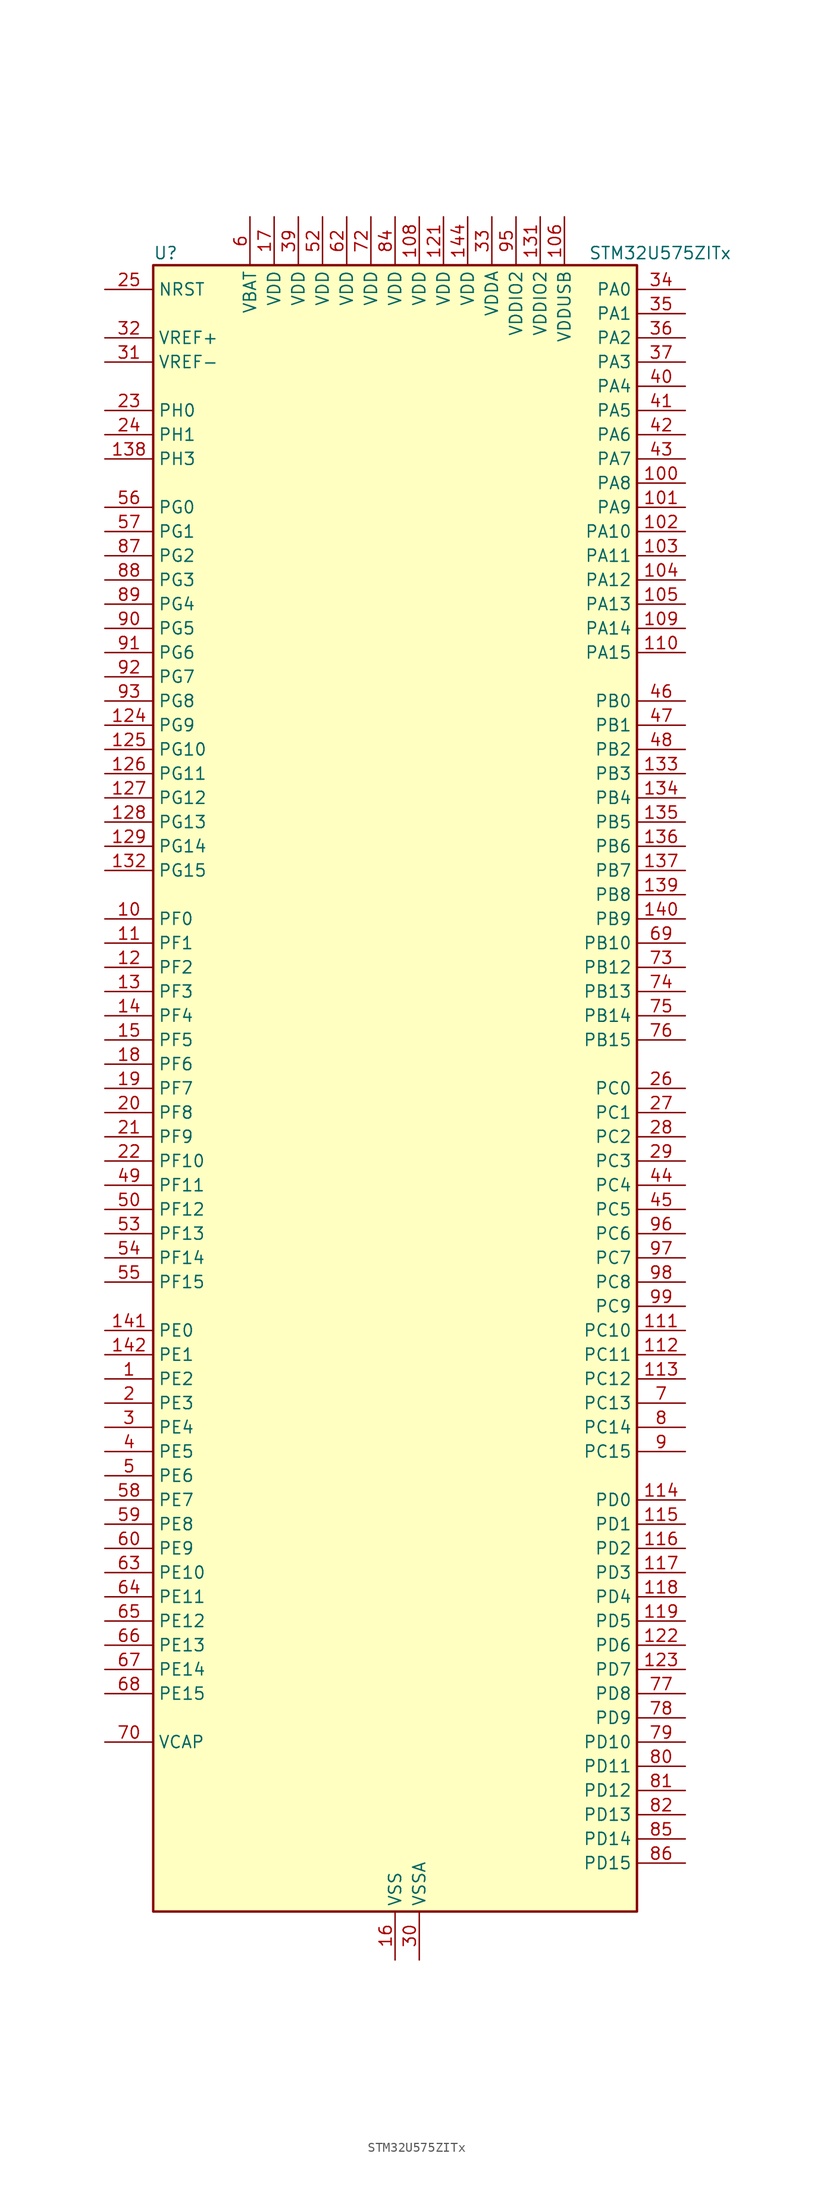
<source format=kicad_sym>
(kicad_symbol_lib
  (version 20220914)
  (generator kicad_symbol_editor)
  (symbol "STM32U575ZITx"
    (property "Reference" "U"
      (at -25.4 87.63 0)
      (effects (font (size 1.27 1.27)) (justify left)))
    (property "Value" "STM32U575ZITx"
      (at 20.32 87.63 0)
      (effects (font (size 1.27 1.27)) (justify left)))
    (property "ki_locked" ""
      (at 0 0 0)
      (effects (font (size 1.27 1.27))))
    (symbol "STM32U575ZITx_0_1"
      (rectangle (start -25.4 -86.36) (end 25.4 86.36) (stroke (width 0.254) (type default)) (fill (type background))))
    (symbol "STM32U575ZITx_1_1"
      (pin bidirectional line (at -30.48 -30.48 0) (length 5.08) (name "PE2" (effects (font (size 1.27 1.27)))) (number "1" (effects (font (size 1.27 1.27)))) (alternate "DEBUG_TRACECLK" bidirectional line) (alternate "FMC_A23" bidirectional line) (alternate "SAI1_CK1" bidirectional line) (alternate "SAI1_MCLK_A" bidirectional line) (alternate "TIM3_ETR" bidirectional line) (alternate "TSC_G7_IO1" bidirectional line))
      (pin bidirectional line (at -30.48 17.78 0) (length 5.08) (name "PF0" (effects (font (size 1.27 1.27)))) (number "10" (effects (font (size 1.27 1.27)))) (alternate "FMC_A0" bidirectional line) (alternate "I2C2_SDA" bidirectional line) (alternate "OCTOSPIM_P2_IO0" bidirectional line))
      (pin bidirectional line (at 30.48 63.5 180) (length 5.08) (name "PA8" (effects (font (size 1.27 1.27)))) (number "100" (effects (font (size 1.27 1.27)))) (alternate "DEBUG_TRACECLK" bidirectional line) (alternate "LPTIM2_CH1" bidirectional line) (alternate "RCC_MCO" bidirectional line) (alternate "SAI1_CK2" bidirectional line) (alternate "SAI1_SCK_A" bidirectional line) (alternate "SPI1_RDY" bidirectional line) (alternate "TIM1_CH1" bidirectional line) (alternate "USART1_CK" bidirectional line) (alternate "USB_OTG_FS_SOF" bidirectional line))
      (pin bidirectional line (at 30.48 60.96 180) (length 5.08) (name "PA9" (effects (font (size 1.27 1.27)))) (number "101" (effects (font (size 1.27 1.27)))) (alternate "DAC1_EXTI9" bidirectional line) (alternate "DCMI_D0" bidirectional line) (alternate "PSSI_D0" bidirectional line) (alternate "SAI1_FS_A" bidirectional line) (alternate "SPI2_SCK" bidirectional line) (alternate "TIM15_BKIN" bidirectional line) (alternate "TIM1_CH2" bidirectional line) (alternate "USART1_TX" bidirectional line) (alternate "USB_OTG_FS_VBUS" bidirectional line))
      (pin bidirectional line (at 30.48 58.42 180) (length 5.08) (name "PA10" (effects (font (size 1.27 1.27)))) (number "102" (effects (font (size 1.27 1.27)))) (alternate "CRS_SYNC" bidirectional line) (alternate "DCMI_D1" bidirectional line) (alternate "LPTIM2_IN2" bidirectional line) (alternate "PSSI_D1" bidirectional line) (alternate "SAI1_D1" bidirectional line) (alternate "SAI1_SD_A" bidirectional line) (alternate "TIM17_BKIN" bidirectional line) (alternate "TIM1_CH3" bidirectional line) (alternate "USART1_RX" bidirectional line) (alternate "USB_OTG_FS_ID" bidirectional line))
      (pin bidirectional line (at 30.48 55.88 180) (length 5.08) (name "PA11" (effects (font (size 1.27 1.27)))) (number "103" (effects (font (size 1.27 1.27)))) (alternate "ADC1_EXTI11" bidirectional line) (alternate "FDCAN1_RX" bidirectional line) (alternate "SPI1_MISO" bidirectional line) (alternate "TIM1_BKIN2" bidirectional line) (alternate "TIM1_CH4" bidirectional line) (alternate "USART1_CTS" bidirectional line) (alternate "USB_OTG_FS_DM" bidirectional line))
      (pin bidirectional line (at 30.48 53.34 180) (length 5.08) (name "PA12" (effects (font (size 1.27 1.27)))) (number "104" (effects (font (size 1.27 1.27)))) (alternate "FDCAN1_TX" bidirectional line) (alternate "OCTOSPIM_P2_NCS" bidirectional line) (alternate "SPI1_MOSI" bidirectional line) (alternate "TIM1_ETR" bidirectional line) (alternate "USART1_DE" bidirectional line) (alternate "USART1_RTS" bidirectional line) (alternate "USB_OTG_FS_DP" bidirectional line))
      (pin bidirectional line (at 30.48 50.8 180) (length 5.08) (name "PA13" (effects (font (size 1.27 1.27)))) (number "105" (effects (font (size 1.27 1.27)))) (alternate "DEBUG_JTMS-SWDIO" bidirectional line) (alternate "IR_OUT" bidirectional line) (alternate "SAI1_SD_B" bidirectional line) (alternate "USB_OTG_FS_NOE" bidirectional line))
      (pin power_in line (at 17.78 91.44 270) (length 5.08) (name "VDDUSB" (effects (font (size 1.27 1.27)))) (number "106" (effects (font (size 1.27 1.27)))))
      (pin passive line (at 0 -91.44 90) (length 5.08) hide (name "VSS" (effects (font (size 1.27 1.27)))) (number "107" (effects (font (size 1.27 1.27)))))
      (pin power_in line (at 2.54 91.44 270) (length 5.08) (name "VDD" (effects (font (size 1.27 1.27)))) (number "108" (effects (font (size 1.27 1.27)))))
      (pin bidirectional line (at 30.48 48.26 180) (length 5.08) (name "PA14" (effects (font (size 1.27 1.27)))) (number "109" (effects (font (size 1.27 1.27)))) (alternate "DEBUG_JTCK-SWCLK" bidirectional line) (alternate "I2C1_SMBA" bidirectional line) (alternate "I2C4_SMBA" bidirectional line) (alternate "LPTIM1_CH1" bidirectional line) (alternate "SAI1_FS_B" bidirectional line) (alternate "USB_OTG_FS_SOF" bidirectional line))
      (pin bidirectional line (at -30.48 15.24 0) (length 5.08) (name "PF1" (effects (font (size 1.27 1.27)))) (number "11" (effects (font (size 1.27 1.27)))) (alternate "FMC_A1" bidirectional line) (alternate "I2C2_SCL" bidirectional line) (alternate "OCTOSPIM_P2_IO1" bidirectional line))
      (pin bidirectional line (at 30.48 45.72 180) (length 5.08) (name "PA15" (effects (font (size 1.27 1.27)))) (number "110" (effects (font (size 1.27 1.27)))) (alternate "ADC1_EXTI15" bidirectional line) (alternate "ADC4_EXTI15" bidirectional line) (alternate "DEBUG_JTDI" bidirectional line) (alternate "SAI2_FS_B" bidirectional line) (alternate "SPI1_NSS" bidirectional line) (alternate "SPI3_NSS" bidirectional line) (alternate "TIM2_CH1" bidirectional line) (alternate "TIM2_ETR" bidirectional line) (alternate "UART4_DE" bidirectional line) (alternate "UART4_RTS" bidirectional line) (alternate "UCPD1_CC1" bidirectional line) (alternate "USART2_RX" bidirectional line) (alternate "USART3_DE" bidirectional line) (alternate "USART3_RTS" bidirectional line))
      (pin bidirectional line (at 30.48 -25.4 180) (length 5.08) (name "PC10" (effects (font (size 1.27 1.27)))) (number "111" (effects (font (size 1.27 1.27)))) (alternate "ADF1_CCK1" bidirectional line) (alternate "DCMI_D8" bidirectional line) (alternate "DEBUG_TRACED1" bidirectional line) (alternate "LPTIM3_ETR" bidirectional line) (alternate "PSSI_D8" bidirectional line) (alternate "SAI2_SCK_B" bidirectional line) (alternate "SDMMC1_D2" bidirectional line) (alternate "SPI3_SCK" bidirectional line) (alternate "TSC_G3_IO2" bidirectional line) (alternate "UART4_TX" bidirectional line) (alternate "USART3_TX" bidirectional line))
      (pin bidirectional line (at 30.48 -27.94 180) (length 5.08) (name "PC11" (effects (font (size 1.27 1.27)))) (number "112" (effects (font (size 1.27 1.27)))) (alternate "ADC1_EXTI11" bidirectional line) (alternate "ADF1_SDI0" bidirectional line) (alternate "DCMI_D2" bidirectional line) (alternate "DCMI_D4" bidirectional line) (alternate "LPTIM3_IN1" bidirectional line) (alternate "OCTOSPIM_P1_NCS" bidirectional line) (alternate "PSSI_D2" bidirectional line) (alternate "PSSI_D4" bidirectional line) (alternate "SAI2_MCLK_B" bidirectional line) (alternate "SDMMC1_D3" bidirectional line) (alternate "SPI3_MISO" bidirectional line) (alternate "TSC_G3_IO3" bidirectional line) (alternate "UART4_RX" bidirectional line) (alternate "UCPD1_FRSTX2" bidirectional line) (alternate "USART3_RX" bidirectional line))
      (pin bidirectional line (at 30.48 -30.48 180) (length 5.08) (name "PC12" (effects (font (size 1.27 1.27)))) (number "113" (effects (font (size 1.27 1.27)))) (alternate "DCMI_D9" bidirectional line) (alternate "DEBUG_TRACED3" bidirectional line) (alternate "PSSI_D9" bidirectional line) (alternate "SAI2_SD_B" bidirectional line) (alternate "SDMMC1_CK" bidirectional line) (alternate "SPI3_MOSI" bidirectional line) (alternate "TSC_G3_IO4" bidirectional line) (alternate "UART5_TX" bidirectional line) (alternate "USART3_CK" bidirectional line))
      (pin bidirectional line (at 30.48 -43.18 180) (length 5.08) (name "PD0" (effects (font (size 1.27 1.27)))) (number "114" (effects (font (size 1.27 1.27)))) (alternate "FDCAN1_RX" bidirectional line) (alternate "FMC_D2" bidirectional line) (alternate "FMC_DA2" bidirectional line) (alternate "SPI2_NSS" bidirectional line) (alternate "TIM8_CH4N" bidirectional line))
      (pin bidirectional line (at 30.48 -45.72 180) (length 5.08) (name "PD1" (effects (font (size 1.27 1.27)))) (number "115" (effects (font (size 1.27 1.27)))) (alternate "FDCAN1_TX" bidirectional line) (alternate "FMC_D3" bidirectional line) (alternate "FMC_DA3" bidirectional line) (alternate "SPI2_SCK" bidirectional line))
      (pin bidirectional line (at 30.48 -48.26 180) (length 5.08) (name "PD2" (effects (font (size 1.27 1.27)))) (number "116" (effects (font (size 1.27 1.27)))) (alternate "DCMI_D11" bidirectional line) (alternate "DEBUG_TRACED2" bidirectional line) (alternate "LPTIM4_ETR" bidirectional line) (alternate "PSSI_D11" bidirectional line) (alternate "SDMMC1_CMD" bidirectional line) (alternate "TIM3_ETR" bidirectional line) (alternate "TSC_SYNC" bidirectional line) (alternate "UART5_RX" bidirectional line) (alternate "USART3_DE" bidirectional line) (alternate "USART3_RTS" bidirectional line))
      (pin bidirectional line (at 30.48 -50.8 180) (length 5.08) (name "PD3" (effects (font (size 1.27 1.27)))) (number "117" (effects (font (size 1.27 1.27)))) (alternate "DCMI_D5" bidirectional line) (alternate "FMC_CLK" bidirectional line) (alternate "MDF1_SDI0" bidirectional line) (alternate "OCTOSPIM_P2_NCS" bidirectional line) (alternate "PSSI_D5" bidirectional line) (alternate "SPI2_MISO" bidirectional line) (alternate "SPI2_SCK" bidirectional line) (alternate "USART2_CTS" bidirectional line))
      (pin bidirectional line (at 30.48 -53.34 180) (length 5.08) (name "PD4" (effects (font (size 1.27 1.27)))) (number "118" (effects (font (size 1.27 1.27)))) (alternate "FMC_NOE" bidirectional line) (alternate "MDF1_CKI0" bidirectional line) (alternate "OCTOSPIM_P1_IO4" bidirectional line) (alternate "SPI2_MOSI" bidirectional line) (alternate "USART2_DE" bidirectional line) (alternate "USART2_RTS" bidirectional line))
      (pin bidirectional line (at 30.48 -55.88 180) (length 5.08) (name "PD5" (effects (font (size 1.27 1.27)))) (number "119" (effects (font (size 1.27 1.27)))) (alternate "FMC_NWE" bidirectional line) (alternate "OCTOSPIM_P1_IO5" bidirectional line) (alternate "SPI2_RDY" bidirectional line) (alternate "USART2_TX" bidirectional line))
      (pin bidirectional line (at -30.48 12.7 0) (length 5.08) (name "PF2" (effects (font (size 1.27 1.27)))) (number "12" (effects (font (size 1.27 1.27)))) (alternate "FMC_A2" bidirectional line) (alternate "I2C2_SMBA" bidirectional line) (alternate "LPTIM3_CH2" bidirectional line) (alternate "OCTOSPIM_P2_IO2" bidirectional line) (alternate "PWR_WKUP8" bidirectional line))
      (pin passive line (at 0 -91.44 90) (length 5.08) hide (name "VSS" (effects (font (size 1.27 1.27)))) (number "120" (effects (font (size 1.27 1.27)))))
      (pin power_in line (at 5.08 91.44 270) (length 5.08) (name "VDD" (effects (font (size 1.27 1.27)))) (number "121" (effects (font (size 1.27 1.27)))))
      (pin bidirectional line (at 30.48 -58.42 180) (length 5.08) (name "PD6" (effects (font (size 1.27 1.27)))) (number "122" (effects (font (size 1.27 1.27)))) (alternate "DCMI_D10" bidirectional line) (alternate "FMC_NWAIT" bidirectional line) (alternate "MDF1_SDI1" bidirectional line) (alternate "OCTOSPIM_P1_IO6" bidirectional line) (alternate "PSSI_D10" bidirectional line) (alternate "SAI1_D1" bidirectional line) (alternate "SAI1_SD_A" bidirectional line) (alternate "SDMMC2_CK" bidirectional line) (alternate "SPI3_MOSI" bidirectional line) (alternate "USART2_RX" bidirectional line))
      (pin bidirectional line (at 30.48 -60.96 180) (length 5.08) (name "PD7" (effects (font (size 1.27 1.27)))) (number "123" (effects (font (size 1.27 1.27)))) (alternate "FMC_NCE" bidirectional line) (alternate "FMC_NE1" bidirectional line) (alternate "LPTIM4_OUT" bidirectional line) (alternate "MDF1_CKI1" bidirectional line) (alternate "OCTOSPIM_P1_IO7" bidirectional line) (alternate "SDMMC2_CMD" bidirectional line) (alternate "USART2_CK" bidirectional line))
      (pin bidirectional line (at -30.48 38.1 0) (length 5.08) (name "PG9" (effects (font (size 1.27 1.27)))) (number "124" (effects (font (size 1.27 1.27)))) (alternate "DAC1_EXTI9" bidirectional line) (alternate "FMC_NCE" bidirectional line) (alternate "FMC_NE2" bidirectional line) (alternate "OCTOSPIM_P2_IO6" bidirectional line) (alternate "SAI2_SCK_A" bidirectional line) (alternate "SPI3_SCK" bidirectional line) (alternate "TIM15_CH1N" bidirectional line) (alternate "USART1_TX" bidirectional line))
      (pin bidirectional line (at -30.48 35.56 0) (length 5.08) (name "PG10" (effects (font (size 1.27 1.27)))) (number "125" (effects (font (size 1.27 1.27)))) (alternate "FMC_NE3" bidirectional line) (alternate "LPTIM1_IN1" bidirectional line) (alternate "OCTOSPIM_P2_IO7" bidirectional line) (alternate "SAI2_FS_A" bidirectional line) (alternate "SPI3_MISO" bidirectional line) (alternate "TIM15_CH1" bidirectional line) (alternate "USART1_RX" bidirectional line))
      (pin bidirectional line (at -30.48 33.02 0) (length 5.08) (name "PG11" (effects (font (size 1.27 1.27)))) (number "126" (effects (font (size 1.27 1.27)))) (alternate "ADC1_EXTI11" bidirectional line) (alternate "LPTIM1_IN2" bidirectional line) (alternate "OCTOSPIM_P1_IO5" bidirectional line) (alternate "SAI2_MCLK_A" bidirectional line) (alternate "SPI3_MOSI" bidirectional line) (alternate "TIM15_CH2" bidirectional line) (alternate "USART1_CTS" bidirectional line))
      (pin bidirectional line (at -30.48 30.48 0) (length 5.08) (name "PG12" (effects (font (size 1.27 1.27)))) (number "127" (effects (font (size 1.27 1.27)))) (alternate "FMC_NE4" bidirectional line) (alternate "LPTIM1_ETR" bidirectional line) (alternate "OCTOSPIM_P2_NCS" bidirectional line) (alternate "SAI2_SD_A" bidirectional line) (alternate "SPI3_NSS" bidirectional line) (alternate "USART1_DE" bidirectional line) (alternate "USART1_RTS" bidirectional line))
      (pin bidirectional line (at -30.48 27.94 0) (length 5.08) (name "PG13" (effects (font (size 1.27 1.27)))) (number "128" (effects (font (size 1.27 1.27)))) (alternate "FMC_A24" bidirectional line) (alternate "I2C1_SDA" bidirectional line) (alternate "SPI3_RDY" bidirectional line) (alternate "USART1_CK" bidirectional line))
      (pin bidirectional line (at -30.48 25.4 0) (length 5.08) (name "PG14" (effects (font (size 1.27 1.27)))) (number "129" (effects (font (size 1.27 1.27)))) (alternate "FMC_A25" bidirectional line) (alternate "I2C1_SCL" bidirectional line) (alternate "LPTIM1_CH2" bidirectional line))
      (pin bidirectional line (at -30.48 10.16 0) (length 5.08) (name "PF3" (effects (font (size 1.27 1.27)))) (number "13" (effects (font (size 1.27 1.27)))) (alternate "FMC_A3" bidirectional line) (alternate "LPTIM3_IN1" bidirectional line) (alternate "OCTOSPIM_P2_IO3" bidirectional line))
      (pin passive line (at 0 -91.44 90) (length 5.08) hide (name "VSS" (effects (font (size 1.27 1.27)))) (number "130" (effects (font (size 1.27 1.27)))))
      (pin power_in line (at 15.24 91.44 270) (length 5.08) (name "VDDIO2" (effects (font (size 1.27 1.27)))) (number "131" (effects (font (size 1.27 1.27)))))
      (pin bidirectional line (at -30.48 22.86 0) (length 5.08) (name "PG15" (effects (font (size 1.27 1.27)))) (number "132" (effects (font (size 1.27 1.27)))) (alternate "ADC1_EXTI15" bidirectional line) (alternate "ADC4_EXTI15" bidirectional line) (alternate "DCMI_D13" bidirectional line) (alternate "I2C1_SMBA" bidirectional line) (alternate "LPTIM1_CH1" bidirectional line) (alternate "OCTOSPIM_P2_DQS" bidirectional line) (alternate "PSSI_D13" bidirectional line))
      (pin bidirectional line (at 30.48 33.02 180) (length 5.08) (name "PB3" (effects (font (size 1.27 1.27)))) (number "133" (effects (font (size 1.27 1.27)))) (alternate "ADF1_CCK0" bidirectional line) (alternate "COMP2_INM" bidirectional line) (alternate "CRS_SYNC" bidirectional line) (alternate "DEBUG_JTDO-SWO" bidirectional line) (alternate "I2C1_SDA" bidirectional line) (alternate "LPTIM1_CH1" bidirectional line) (alternate "SAI1_SCK_B" bidirectional line) (alternate "SDMMC2_D2" bidirectional line) (alternate "SPI1_SCK" bidirectional line) (alternate "SPI3_SCK" bidirectional line) (alternate "TIM2_CH2" bidirectional line) (alternate "USART1_DE" bidirectional line) (alternate "USART1_RTS" bidirectional line))
      (pin bidirectional line (at 30.48 30.48 180) (length 5.08) (name "PB4" (effects (font (size 1.27 1.27)))) (number "134" (effects (font (size 1.27 1.27)))) (alternate "ADF1_SDI0" bidirectional line) (alternate "COMP2_INP" bidirectional line) (alternate "DCMI_D12" bidirectional line) (alternate "DEBUG_JTRST" bidirectional line) (alternate "I2C3_SDA" bidirectional line) (alternate "LPTIM1_CH2" bidirectional line) (alternate "PSSI_D12" bidirectional line) (alternate "SAI1_MCLK_B" bidirectional line) (alternate "SDMMC2_D3" bidirectional line) (alternate "SPI1_MISO" bidirectional line) (alternate "SPI3_MISO" bidirectional line) (alternate "TIM17_BKIN" bidirectional line) (alternate "TIM3_CH1" bidirectional line) (alternate "TSC_G2_IO1" bidirectional line) (alternate "UART5_DE" bidirectional line) (alternate "UART5_RTS" bidirectional line) (alternate "USART1_CTS" bidirectional line))
      (pin bidirectional line (at 30.48 27.94 180) (length 5.08) (name "PB5" (effects (font (size 1.27 1.27)))) (number "135" (effects (font (size 1.27 1.27)))) (alternate "COMP2_OUT" bidirectional line) (alternate "DCMI_D10" bidirectional line) (alternate "I2C1_SMBA" bidirectional line) (alternate "LPTIM1_IN1" bidirectional line) (alternate "OCTOSPIM_P1_NCLK" bidirectional line) (alternate "PSSI_D10" bidirectional line) (alternate "PWR_WKUP6" bidirectional line) (alternate "SAI1_SD_B" bidirectional line) (alternate "SPI1_MOSI" bidirectional line) (alternate "SPI3_MOSI" bidirectional line) (alternate "TIM16_BKIN" bidirectional line) (alternate "TIM3_CH2" bidirectional line) (alternate "TSC_G2_IO2" bidirectional line) (alternate "UART5_CTS" bidirectional line) (alternate "UCPD1_DBCC1" bidirectional line) (alternate "USART1_CK" bidirectional line))
      (pin bidirectional line (at 30.48 25.4 180) (length 5.08) (name "PB6" (effects (font (size 1.27 1.27)))) (number "136" (effects (font (size 1.27 1.27)))) (alternate "COMP2_INP" bidirectional line) (alternate "DCMI_D5" bidirectional line) (alternate "I2C1_SCL" bidirectional line) (alternate "I2C4_SCL" bidirectional line) (alternate "LPTIM1_ETR" bidirectional line) (alternate "MDF1_SDI5" bidirectional line) (alternate "PSSI_D5" bidirectional line) (alternate "PWR_WKUP3" bidirectional line) (alternate "SAI1_FS_B" bidirectional line) (alternate "TIM16_CH1N" bidirectional line) (alternate "TIM4_CH1" bidirectional line) (alternate "TIM8_BKIN2" bidirectional line) (alternate "TSC_G2_IO3" bidirectional line) (alternate "USART1_TX" bidirectional line))
      (pin bidirectional line (at 30.48 22.86 180) (length 5.08) (name "PB7" (effects (font (size 1.27 1.27)))) (number "137" (effects (font (size 1.27 1.27)))) (alternate "COMP2_INM" bidirectional line) (alternate "DCMI_VSYNC" bidirectional line) (alternate "FMC_NL" bidirectional line) (alternate "I2C1_SDA" bidirectional line) (alternate "I2C4_SDA" bidirectional line) (alternate "LPTIM1_IN2" bidirectional line) (alternate "MDF1_CKI5" bidirectional line) (alternate "PSSI_RDY" bidirectional line) (alternate "PWR_PVD_IN" bidirectional line) (alternate "PWR_WKUP4" bidirectional line) (alternate "TIM17_CH1N" bidirectional line) (alternate "TIM4_CH2" bidirectional line) (alternate "TIM8_BKIN" bidirectional line) (alternate "TSC_G2_IO4" bidirectional line) (alternate "UART4_CTS" bidirectional line) (alternate "USART1_RX" bidirectional line))
      (pin bidirectional line (at -30.48 66.04 0) (length 5.08) (name "PH3" (effects (font (size 1.27 1.27)))) (number "138" (effects (font (size 1.27 1.27)))))
      (pin bidirectional line (at 30.48 20.32 180) (length 5.08) (name "PB8" (effects (font (size 1.27 1.27)))) (number "139" (effects (font (size 1.27 1.27)))) (alternate "DCMI_D6" bidirectional line) (alternate "FDCAN1_RX" bidirectional line) (alternate "I2C1_SCL" bidirectional line) (alternate "MDF1_CCK0" bidirectional line) (alternate "PSSI_D6" bidirectional line) (alternate "PWR_WKUP5" bidirectional line) (alternate "SAI1_CK1" bidirectional line) (alternate "SAI1_MCLK_A" bidirectional line) (alternate "SDMMC1_CKIN" bidirectional line) (alternate "SDMMC1_D4" bidirectional line) (alternate "SDMMC2_D4" bidirectional line) (alternate "SPI3_RDY" bidirectional line) (alternate "TIM16_CH1" bidirectional line) (alternate "TIM4_CH3" bidirectional line))
      (pin bidirectional line (at -30.48 7.62 0) (length 5.08) (name "PF4" (effects (font (size 1.27 1.27)))) (number "14" (effects (font (size 1.27 1.27)))) (alternate "FMC_A4" bidirectional line) (alternate "LPTIM3_ETR" bidirectional line) (alternate "OCTOSPIM_P2_CLK" bidirectional line))
      (pin bidirectional line (at 30.48 17.78 180) (length 5.08) (name "PB9" (effects (font (size 1.27 1.27)))) (number "140" (effects (font (size 1.27 1.27)))) (alternate "DAC1_EXTI9" bidirectional line) (alternate "DCMI_D7" bidirectional line) (alternate "FDCAN1_TX" bidirectional line) (alternate "I2C1_SDA" bidirectional line) (alternate "IR_OUT" bidirectional line) (alternate "PSSI_D7" bidirectional line) (alternate "SAI1_D2" bidirectional line) (alternate "SAI1_FS_A" bidirectional line) (alternate "SDMMC1_CDIR" bidirectional line) (alternate "SDMMC1_D5" bidirectional line) (alternate "SDMMC2_D5" bidirectional line) (alternate "SPI2_NSS" bidirectional line) (alternate "TIM17_CH1" bidirectional line) (alternate "TIM4_CH4" bidirectional line))
      (pin bidirectional line (at -30.48 -25.4 0) (length 5.08) (name "PE0" (effects (font (size 1.27 1.27)))) (number "141" (effects (font (size 1.27 1.27)))) (alternate "DCMI_D2" bidirectional line) (alternate "FMC_NBL0" bidirectional line) (alternate "PSSI_D2" bidirectional line) (alternate "TIM16_CH1" bidirectional line) (alternate "TIM4_ETR" bidirectional line))
      (pin bidirectional line (at -30.48 -27.94 0) (length 5.08) (name "PE1" (effects (font (size 1.27 1.27)))) (number "142" (effects (font (size 1.27 1.27)))) (alternate "DCMI_D3" bidirectional line) (alternate "FMC_NBL1" bidirectional line) (alternate "PSSI_D3" bidirectional line) (alternate "TIM17_CH1" bidirectional line))
      (pin passive line (at 0 -91.44 90) (length 5.08) hide (name "VSS" (effects (font (size 1.27 1.27)))) (number "143" (effects (font (size 1.27 1.27)))))
      (pin power_in line (at 7.62 91.44 270) (length 5.08) (name "VDD" (effects (font (size 1.27 1.27)))) (number "144" (effects (font (size 1.27 1.27)))))
      (pin bidirectional line (at -30.48 5.08 0) (length 5.08) (name "PF5" (effects (font (size 1.27 1.27)))) (number "15" (effects (font (size 1.27 1.27)))) (alternate "FMC_A5" bidirectional line) (alternate "LPTIM3_CH1" bidirectional line) (alternate "OCTOSPIM_P2_NCLK" bidirectional line))
      (pin power_in line (at 0 -91.44 90) (length 5.08) (name "VSS" (effects (font (size 1.27 1.27)))) (number "16" (effects (font (size 1.27 1.27)))))
      (pin power_in line (at -12.7 91.44 270) (length 5.08) (name "VDD" (effects (font (size 1.27 1.27)))) (number "17" (effects (font (size 1.27 1.27)))))
      (pin bidirectional line (at -30.48 2.54 0) (length 5.08) (name "PF6" (effects (font (size 1.27 1.27)))) (number "18" (effects (font (size 1.27 1.27)))) (alternate "DCMI_D12" bidirectional line) (alternate "OCTOSPIM_P1_IO3" bidirectional line) (alternate "OCTOSPIM_P2_NCS" bidirectional line) (alternate "PSSI_D12" bidirectional line) (alternate "SAI1_SD_B" bidirectional line) (alternate "TIM5_CH1" bidirectional line) (alternate "TIM5_ETR" bidirectional line))
      (pin bidirectional line (at -30.48 0 0) (length 5.08) (name "PF7" (effects (font (size 1.27 1.27)))) (number "19" (effects (font (size 1.27 1.27)))) (alternate "FDCAN1_RX" bidirectional line) (alternate "OCTOSPIM_P1_IO2" bidirectional line) (alternate "SAI1_MCLK_B" bidirectional line) (alternate "TIM5_CH2" bidirectional line))
      (pin bidirectional line (at -30.48 -33.02 0) (length 5.08) (name "PE3" (effects (font (size 1.27 1.27)))) (number "2" (effects (font (size 1.27 1.27)))) (alternate "DEBUG_TRACED0" bidirectional line) (alternate "FMC_A19" bidirectional line) (alternate "OCTOSPIM_P1_DQS" bidirectional line) (alternate "SAI1_SD_B" bidirectional line) (alternate "TAMP_IN6" bidirectional line) (alternate "TAMP_OUT3" bidirectional line) (alternate "TIM3_CH1" bidirectional line) (alternate "TSC_G7_IO2" bidirectional line))
      (pin bidirectional line (at -30.48 -2.54 0) (length 5.08) (name "PF8" (effects (font (size 1.27 1.27)))) (number "20" (effects (font (size 1.27 1.27)))) (alternate "FDCAN1_TX" bidirectional line) (alternate "OCTOSPIM_P1_IO0" bidirectional line) (alternate "PSSI_D14" bidirectional line) (alternate "SAI1_SCK_B" bidirectional line) (alternate "TIM5_CH3" bidirectional line))
      (pin bidirectional line (at -30.48 -5.08 0) (length 5.08) (name "PF9" (effects (font (size 1.27 1.27)))) (number "21" (effects (font (size 1.27 1.27)))) (alternate "DAC1_EXTI9" bidirectional line) (alternate "OCTOSPIM_P1_IO1" bidirectional line) (alternate "PSSI_D15" bidirectional line) (alternate "SAI1_FS_B" bidirectional line) (alternate "TIM15_CH1" bidirectional line) (alternate "TIM5_CH4" bidirectional line))
      (pin bidirectional line (at -30.48 -7.62 0) (length 5.08) (name "PF10" (effects (font (size 1.27 1.27)))) (number "22" (effects (font (size 1.27 1.27)))) (alternate "DCMI_D11" bidirectional line) (alternate "MDF1_CCK1" bidirectional line) (alternate "OCTOSPIM_P1_CLK" bidirectional line) (alternate "PSSI_D11" bidirectional line) (alternate "PSSI_D15" bidirectional line) (alternate "SAI1_D3" bidirectional line) (alternate "TIM15_CH2" bidirectional line))
      (pin bidirectional line (at -30.48 71.12 0) (length 5.08) (name "PH0" (effects (font (size 1.27 1.27)))) (number "23" (effects (font (size 1.27 1.27)))) (alternate "RCC_OSC_IN" bidirectional line))
      (pin bidirectional line (at -30.48 68.58 0) (length 5.08) (name "PH1" (effects (font (size 1.27 1.27)))) (number "24" (effects (font (size 1.27 1.27)))) (alternate "RCC_OSC_OUT" bidirectional line))
      (pin input line (at -30.48 83.82 0) (length 5.08) (name "NRST" (effects (font (size 1.27 1.27)))) (number "25" (effects (font (size 1.27 1.27)))))
      (pin bidirectional line (at 30.48 0 180) (length 5.08) (name "PC0" (effects (font (size 1.27 1.27)))) (number "26" (effects (font (size 1.27 1.27)))) (alternate "ADC1_IN1" bidirectional line) (alternate "ADC4_IN1" bidirectional line) (alternate "I2C3_SCL" bidirectional line) (alternate "LPTIM1_IN1" bidirectional line) (alternate "LPTIM2_IN1" bidirectional line) (alternate "LPUART1_RX" bidirectional line) (alternate "MDF1_SDI4" bidirectional line) (alternate "OCTOSPIM_P1_IO7" bidirectional line) (alternate "SAI2_FS_A" bidirectional line) (alternate "SDMMC1_D5" bidirectional line) (alternate "SPI2_RDY" bidirectional line))
      (pin bidirectional line (at 30.48 -2.54 180) (length 5.08) (name "PC1" (effects (font (size 1.27 1.27)))) (number "27" (effects (font (size 1.27 1.27)))) (alternate "ADC1_IN2" bidirectional line) (alternate "ADC4_IN2" bidirectional line) (alternate "DEBUG_TRACED0" bidirectional line) (alternate "I2C3_SDA" bidirectional line) (alternate "LPTIM1_CH1" bidirectional line) (alternate "LPUART1_TX" bidirectional line) (alternate "MDF1_CKI4" bidirectional line) (alternate "OCTOSPIM_P1_IO4" bidirectional line) (alternate "SAI1_SD_A" bidirectional line) (alternate "SDMMC2_CK" bidirectional line) (alternate "SPI2_MOSI" bidirectional line))
      (pin bidirectional line (at 30.48 -5.08 180) (length 5.08) (name "PC2" (effects (font (size 1.27 1.27)))) (number "28" (effects (font (size 1.27 1.27)))) (alternate "ADC1_IN3" bidirectional line) (alternate "ADC4_IN3" bidirectional line) (alternate "LPTIM1_IN2" bidirectional line) (alternate "MDF1_CCK1" bidirectional line) (alternate "OCTOSPIM_P1_IO5" bidirectional line) (alternate "SPI2_MISO" bidirectional line))
      (pin bidirectional line (at 30.48 -7.62 180) (length 5.08) (name "PC3" (effects (font (size 1.27 1.27)))) (number "29" (effects (font (size 1.27 1.27)))) (alternate "ADC1_IN4" bidirectional line) (alternate "ADC4_IN4" bidirectional line) (alternate "LPTIM1_ETR" bidirectional line) (alternate "LPTIM2_ETR" bidirectional line) (alternate "LPTIM3_CH1" bidirectional line) (alternate "OCTOSPIM_P1_IO6" bidirectional line) (alternate "SAI1_D1" bidirectional line) (alternate "SAI1_SD_A" bidirectional line) (alternate "SPI2_MOSI" bidirectional line))
      (pin bidirectional line (at -30.48 -35.56 0) (length 5.08) (name "PE4" (effects (font (size 1.27 1.27)))) (number "3" (effects (font (size 1.27 1.27)))) (alternate "DCMI_D4" bidirectional line) (alternate "DEBUG_TRACED1" bidirectional line) (alternate "FMC_A20" bidirectional line) (alternate "MDF1_SDI3" bidirectional line) (alternate "PSSI_D4" bidirectional line) (alternate "PWR_WKUP1" bidirectional line) (alternate "SAI1_D2" bidirectional line) (alternate "SAI1_FS_A" bidirectional line) (alternate "TAMP_IN7" bidirectional line) (alternate "TAMP_OUT8" bidirectional line) (alternate "TIM3_CH2" bidirectional line) (alternate "TSC_G7_IO3" bidirectional line))
      (pin power_in line (at 2.54 -91.44 90) (length 5.08) (name "VSSA" (effects (font (size 1.27 1.27)))) (number "30" (effects (font (size 1.27 1.27)))))
      (pin input line (at -30.48 76.2 0) (length 5.08) (name "VREF-" (effects (font (size 1.27 1.27)))) (number "31" (effects (font (size 1.27 1.27)))))
      (pin input line (at -30.48 78.74 0) (length 5.08) (name "VREF+" (effects (font (size 1.27 1.27)))) (number "32" (effects (font (size 1.27 1.27)))) (alternate "VREFBUF_OUT" bidirectional line))
      (pin power_in line (at 10.16 91.44 270) (length 5.08) (name "VDDA" (effects (font (size 1.27 1.27)))) (number "33" (effects (font (size 1.27 1.27)))))
      (pin bidirectional line (at 30.48 83.82 180) (length 5.08) (name "PA0" (effects (font (size 1.27 1.27)))) (number "34" (effects (font (size 1.27 1.27)))) (alternate "ADC1_IN5" bidirectional line) (alternate "AUDIOCLK" bidirectional line) (alternate "OCTOSPIM_P2_NCS" bidirectional line) (alternate "OPAMP1_VINP" bidirectional line) (alternate "PWR_WKUP1" bidirectional line) (alternate "SDMMC2_CMD" bidirectional line) (alternate "SPI3_RDY" bidirectional line) (alternate "TAMP_IN2" bidirectional line) (alternate "TAMP_OUT1" bidirectional line) (alternate "TIM2_CH1" bidirectional line) (alternate "TIM2_ETR" bidirectional line) (alternate "TIM5_CH1" bidirectional line) (alternate "TIM8_ETR" bidirectional line) (alternate "UART4_TX" bidirectional line) (alternate "USART2_CTS" bidirectional line))
      (pin bidirectional line (at 30.48 81.28 180) (length 5.08) (name "PA1" (effects (font (size 1.27 1.27)))) (number "35" (effects (font (size 1.27 1.27)))) (alternate "ADC1_IN6" bidirectional line) (alternate "I2C1_SMBA" bidirectional line) (alternate "LPTIM1_CH2" bidirectional line) (alternate "OCTOSPIM_P1_DQS" bidirectional line) (alternate "OPAMP1_VINM" bidirectional line) (alternate "PWR_WKUP3" bidirectional line) (alternate "SPI1_SCK" bidirectional line) (alternate "TAMP_IN5" bidirectional line) (alternate "TAMP_OUT4" bidirectional line) (alternate "TIM15_CH1N" bidirectional line) (alternate "TIM2_CH2" bidirectional line) (alternate "TIM5_CH2" bidirectional line) (alternate "UART4_RX" bidirectional line) (alternate "USART2_DE" bidirectional line) (alternate "USART2_RTS" bidirectional line))
      (pin bidirectional line (at 30.48 78.74 180) (length 5.08) (name "PA2" (effects (font (size 1.27 1.27)))) (number "36" (effects (font (size 1.27 1.27)))) (alternate "ADC1_IN7" bidirectional line) (alternate "COMP1_INP" bidirectional line) (alternate "LPUART1_TX" bidirectional line) (alternate "OCTOSPIM_P1_NCS" bidirectional line) (alternate "PWR_WKUP4" bidirectional line) (alternate "RCC_LSCO" bidirectional line) (alternate "SPI1_RDY" bidirectional line) (alternate "TIM15_CH1" bidirectional line) (alternate "TIM2_CH3" bidirectional line) (alternate "TIM5_CH3" bidirectional line) (alternate "UCPD1_FRSTX1" bidirectional line) (alternate "USART2_TX" bidirectional line))
      (pin bidirectional line (at 30.48 76.2 180) (length 5.08) (name "PA3" (effects (font (size 1.27 1.27)))) (number "37" (effects (font (size 1.27 1.27)))) (alternate "ADC1_IN8" bidirectional line) (alternate "LPUART1_RX" bidirectional line) (alternate "OCTOSPIM_P1_CLK" bidirectional line) (alternate "OPAMP1_VOUT" bidirectional line) (alternate "PWR_WKUP5" bidirectional line) (alternate "SAI1_CK1" bidirectional line) (alternate "SAI1_MCLK_A" bidirectional line) (alternate "TIM15_CH2" bidirectional line) (alternate "TIM2_CH4" bidirectional line) (alternate "TIM5_CH4" bidirectional line) (alternate "USART2_RX" bidirectional line))
      (pin passive line (at 0 -91.44 90) (length 5.08) hide (name "VSS" (effects (font (size 1.27 1.27)))) (number "38" (effects (font (size 1.27 1.27)))))
      (pin power_in line (at -10.16 91.44 270) (length 5.08) (name "VDD" (effects (font (size 1.27 1.27)))) (number "39" (effects (font (size 1.27 1.27)))))
      (pin bidirectional line (at -30.48 -38.1 0) (length 5.08) (name "PE5" (effects (font (size 1.27 1.27)))) (number "4" (effects (font (size 1.27 1.27)))) (alternate "DCMI_D6" bidirectional line) (alternate "DEBUG_TRACED2" bidirectional line) (alternate "FMC_A21" bidirectional line) (alternate "MDF1_CKI3" bidirectional line) (alternate "PSSI_D6" bidirectional line) (alternate "PWR_WKUP2" bidirectional line) (alternate "SAI1_CK2" bidirectional line) (alternate "SAI1_SCK_A" bidirectional line) (alternate "TAMP_IN8" bidirectional line) (alternate "TAMP_OUT7" bidirectional line) (alternate "TIM3_CH3" bidirectional line) (alternate "TSC_G7_IO4" bidirectional line))
      (pin bidirectional line (at 30.48 73.66 180) (length 5.08) (name "PA4" (effects (font (size 1.27 1.27)))) (number "40" (effects (font (size 1.27 1.27)))) (alternate "ADC1_IN9" bidirectional line) (alternate "ADC4_IN9" bidirectional line) (alternate "DAC1_OUT1" bidirectional line) (alternate "DCMI_HSYNC" bidirectional line) (alternate "LPTIM2_CH1" bidirectional line) (alternate "OCTOSPIM_P1_NCS" bidirectional line) (alternate "PSSI_DE" bidirectional line) (alternate "PWR_WKUP2" bidirectional line) (alternate "SAI1_FS_B" bidirectional line) (alternate "SPI1_NSS" bidirectional line) (alternate "SPI3_NSS" bidirectional line) (alternate "USART2_CK" bidirectional line))
      (pin bidirectional line (at 30.48 71.12 180) (length 5.08) (name "PA5" (effects (font (size 1.27 1.27)))) (number "41" (effects (font (size 1.27 1.27)))) (alternate "ADC1_IN10" bidirectional line) (alternate "ADC4_IN10" bidirectional line) (alternate "DAC1_OUT2" bidirectional line) (alternate "LPTIM2_ETR" bidirectional line) (alternate "PSSI_D14" bidirectional line) (alternate "PWR_CSLEEP" bidirectional line) (alternate "PWR_WKUP6" bidirectional line) (alternate "SPI1_SCK" bidirectional line) (alternate "TIM2_CH1" bidirectional line) (alternate "TIM2_ETR" bidirectional line) (alternate "TIM8_CH1N" bidirectional line) (alternate "USART3_RX" bidirectional line))
      (pin bidirectional line (at 30.48 68.58 180) (length 5.08) (name "PA6" (effects (font (size 1.27 1.27)))) (number "42" (effects (font (size 1.27 1.27)))) (alternate "ADC1_IN11" bidirectional line) (alternate "ADC4_IN11" bidirectional line) (alternate "DCMI_PIXCLK" bidirectional line) (alternate "LPUART1_CTS" bidirectional line) (alternate "OCTOSPIM_P1_IO3" bidirectional line) (alternate "OPAMP2_VINP" bidirectional line) (alternate "PSSI_PDCK" bidirectional line) (alternate "PWR_CDSTOP" bidirectional line) (alternate "PWR_WKUP7" bidirectional line) (alternate "SPI1_MISO" bidirectional line) (alternate "TIM16_CH1" bidirectional line) (alternate "TIM1_BKIN" bidirectional line) (alternate "TIM3_CH1" bidirectional line) (alternate "TIM8_BKIN" bidirectional line) (alternate "USART3_CTS" bidirectional line))
      (pin bidirectional line (at 30.48 66.04 180) (length 5.08) (name "PA7" (effects (font (size 1.27 1.27)))) (number "43" (effects (font (size 1.27 1.27)))) (alternate "ADC1_IN12" bidirectional line) (alternate "ADC4_IN20" bidirectional line) (alternate "I2C3_SCL" bidirectional line) (alternate "LPTIM2_CH2" bidirectional line) (alternate "OCTOSPIM_P1_IO2" bidirectional line) (alternate "OPAMP2_VINM" bidirectional line) (alternate "PWR_SRDSTOP" bidirectional line) (alternate "PWR_WKUP8" bidirectional line) (alternate "SPI1_MOSI" bidirectional line) (alternate "TIM17_CH1" bidirectional line) (alternate "TIM1_CH1N" bidirectional line) (alternate "TIM3_CH2" bidirectional line) (alternate "TIM8_CH1N" bidirectional line) (alternate "USART3_TX" bidirectional line))
      (pin bidirectional line (at 30.48 -10.16 180) (length 5.08) (name "PC4" (effects (font (size 1.27 1.27)))) (number "44" (effects (font (size 1.27 1.27)))) (alternate "ADC1_IN13" bidirectional line) (alternate "ADC4_IN22" bidirectional line) (alternate "COMP1_INM" bidirectional line) (alternate "OCTOSPIM_P1_IO7" bidirectional line) (alternate "USART3_TX" bidirectional line))
      (pin bidirectional line (at 30.48 -12.7 180) (length 5.08) (name "PC5" (effects (font (size 1.27 1.27)))) (number "45" (effects (font (size 1.27 1.27)))) (alternate "ADC1_IN14" bidirectional line) (alternate "ADC4_IN23" bidirectional line) (alternate "COMP1_INP" bidirectional line) (alternate "PSSI_D15" bidirectional line) (alternate "PWR_WKUP5" bidirectional line) (alternate "SAI1_D3" bidirectional line) (alternate "TAMP_IN4" bidirectional line) (alternate "TAMP_OUT5" bidirectional line) (alternate "TIM1_CH4N" bidirectional line) (alternate "USART3_RX" bidirectional line))
      (pin bidirectional line (at 30.48 40.64 180) (length 5.08) (name "PB0" (effects (font (size 1.27 1.27)))) (number "46" (effects (font (size 1.27 1.27)))) (alternate "ADC1_IN15" bidirectional line) (alternate "ADC4_IN18" bidirectional line) (alternate "AUDIOCLK" bidirectional line) (alternate "COMP1_OUT" bidirectional line) (alternate "LPTIM3_CH1" bidirectional line) (alternate "OCTOSPIM_P1_IO1" bidirectional line) (alternate "OPAMP2_VOUT" bidirectional line) (alternate "SPI1_NSS" bidirectional line) (alternate "TIM1_CH2N" bidirectional line) (alternate "TIM3_CH3" bidirectional line) (alternate "TIM8_CH2N" bidirectional line) (alternate "USART3_CK" bidirectional line))
      (pin bidirectional line (at 30.48 38.1 180) (length 5.08) (name "PB1" (effects (font (size 1.27 1.27)))) (number "47" (effects (font (size 1.27 1.27)))) (alternate "ADC1_IN16" bidirectional line) (alternate "ADC4_IN19" bidirectional line) (alternate "COMP1_INM" bidirectional line) (alternate "LPTIM2_IN1" bidirectional line) (alternate "LPTIM3_CH2" bidirectional line) (alternate "LPUART1_DE" bidirectional line) (alternate "LPUART1_RTS" bidirectional line) (alternate "MDF1_SDI0" bidirectional line) (alternate "OCTOSPIM_P1_IO0" bidirectional line) (alternate "PWR_WKUP4" bidirectional line) (alternate "TIM1_CH3N" bidirectional line) (alternate "TIM3_CH4" bidirectional line) (alternate "TIM8_CH3N" bidirectional line) (alternate "USART3_DE" bidirectional line) (alternate "USART3_RTS" bidirectional line))
      (pin bidirectional line (at 30.48 35.56 180) (length 5.08) (name "PB2" (effects (font (size 1.27 1.27)))) (number "48" (effects (font (size 1.27 1.27)))) (alternate "ADC1_IN17" bidirectional line) (alternate "COMP1_INP" bidirectional line) (alternate "I2C3_SMBA" bidirectional line) (alternate "LPTIM1_CH1" bidirectional line) (alternate "MDF1_CKI0" bidirectional line) (alternate "OCTOSPIM_P1_DQS" bidirectional line) (alternate "PWR_WKUP1" bidirectional line) (alternate "RTC_OUT2" bidirectional line) (alternate "SPI1_RDY" bidirectional line) (alternate "TIM8_CH4N" bidirectional line) (alternate "UCPD1_FRSTX1" bidirectional line))
      (pin bidirectional line (at -30.48 -10.16 0) (length 5.08) (name "PF11" (effects (font (size 1.27 1.27)))) (number "49" (effects (font (size 1.27 1.27)))) (alternate "ADC1_EXTI11" bidirectional line) (alternate "DCMI_D12" bidirectional line) (alternate "LPTIM4_IN1" bidirectional line) (alternate "OCTOSPIM_P1_NCLK" bidirectional line) (alternate "PSSI_D12" bidirectional line))
      (pin bidirectional line (at -30.48 -40.64 0) (length 5.08) (name "PE6" (effects (font (size 1.27 1.27)))) (number "5" (effects (font (size 1.27 1.27)))) (alternate "DCMI_D7" bidirectional line) (alternate "DEBUG_TRACED3" bidirectional line) (alternate "FMC_A22" bidirectional line) (alternate "PSSI_D7" bidirectional line) (alternate "PWR_WKUP3" bidirectional line) (alternate "SAI1_D1" bidirectional line) (alternate "SAI1_SD_A" bidirectional line) (alternate "TAMP_IN3" bidirectional line) (alternate "TAMP_OUT6" bidirectional line) (alternate "TIM3_CH4" bidirectional line))
      (pin bidirectional line (at -30.48 -12.7 0) (length 5.08) (name "PF12" (effects (font (size 1.27 1.27)))) (number "50" (effects (font (size 1.27 1.27)))) (alternate "FMC_A6" bidirectional line) (alternate "LPTIM4_ETR" bidirectional line) (alternate "OCTOSPIM_P2_DQS" bidirectional line))
      (pin passive line (at 0 -91.44 90) (length 5.08) hide (name "VSS" (effects (font (size 1.27 1.27)))) (number "51" (effects (font (size 1.27 1.27)))))
      (pin power_in line (at -7.62 91.44 270) (length 5.08) (name "VDD" (effects (font (size 1.27 1.27)))) (number "52" (effects (font (size 1.27 1.27)))))
      (pin bidirectional line (at -30.48 -15.24 0) (length 5.08) (name "PF13" (effects (font (size 1.27 1.27)))) (number "53" (effects (font (size 1.27 1.27)))) (alternate "FMC_A7" bidirectional line) (alternate "I2C4_SMBA" bidirectional line) (alternate "LPTIM4_OUT" bidirectional line) (alternate "UCPD1_FRSTX2" bidirectional line))
      (pin bidirectional line (at -30.48 -17.78 0) (length 5.08) (name "PF14" (effects (font (size 1.27 1.27)))) (number "54" (effects (font (size 1.27 1.27)))) (alternate "ADC4_IN5" bidirectional line) (alternate "FMC_A8" bidirectional line) (alternate "I2C4_SCL" bidirectional line) (alternate "TSC_G8_IO1" bidirectional line))
      (pin bidirectional line (at -30.48 -20.32 0) (length 5.08) (name "PF15" (effects (font (size 1.27 1.27)))) (number "55" (effects (font (size 1.27 1.27)))) (alternate "ADC1_EXTI15" bidirectional line) (alternate "ADC4_EXTI15" bidirectional line) (alternate "ADC4_IN6" bidirectional line) (alternate "FMC_A9" bidirectional line) (alternate "I2C4_SDA" bidirectional line) (alternate "TSC_G8_IO2" bidirectional line))
      (pin bidirectional line (at -30.48 60.96 0) (length 5.08) (name "PG0" (effects (font (size 1.27 1.27)))) (number "56" (effects (font (size 1.27 1.27)))) (alternate "ADC4_IN7" bidirectional line) (alternate "FMC_A10" bidirectional line) (alternate "OCTOSPIM_P2_IO4" bidirectional line) (alternate "TSC_G8_IO3" bidirectional line))
      (pin bidirectional line (at -30.48 58.42 0) (length 5.08) (name "PG1" (effects (font (size 1.27 1.27)))) (number "57" (effects (font (size 1.27 1.27)))) (alternate "ADC4_IN8" bidirectional line) (alternate "FMC_A11" bidirectional line) (alternate "OCTOSPIM_P2_IO5" bidirectional line) (alternate "TSC_G8_IO4" bidirectional line))
      (pin bidirectional line (at -30.48 -43.18 0) (length 5.08) (name "PE7" (effects (font (size 1.27 1.27)))) (number "58" (effects (font (size 1.27 1.27)))) (alternate "FMC_D4" bidirectional line) (alternate "FMC_DA4" bidirectional line) (alternate "MDF1_SDI2" bidirectional line) (alternate "PWR_WKUP6" bidirectional line) (alternate "SAI1_SD_B" bidirectional line) (alternate "TIM1_ETR" bidirectional line))
      (pin bidirectional line (at -30.48 -45.72 0) (length 5.08) (name "PE8" (effects (font (size 1.27 1.27)))) (number "59" (effects (font (size 1.27 1.27)))) (alternate "FMC_D5" bidirectional line) (alternate "FMC_DA5" bidirectional line) (alternate "MDF1_CKI2" bidirectional line) (alternate "PWR_WKUP7" bidirectional line) (alternate "SAI1_SCK_B" bidirectional line) (alternate "TIM1_CH1N" bidirectional line))
      (pin power_in line (at -15.24 91.44 270) (length 5.08) (name "VBAT" (effects (font (size 1.27 1.27)))) (number "6" (effects (font (size 1.27 1.27)))))
      (pin bidirectional line (at -30.48 -48.26 0) (length 5.08) (name "PE9" (effects (font (size 1.27 1.27)))) (number "60" (effects (font (size 1.27 1.27)))) (alternate "ADF1_CCK0" bidirectional line) (alternate "DAC1_EXTI9" bidirectional line) (alternate "FMC_D6" bidirectional line) (alternate "FMC_DA6" bidirectional line) (alternate "MDF1_CCK0" bidirectional line) (alternate "OCTOSPIM_P1_NCLK" bidirectional line) (alternate "SAI1_FS_B" bidirectional line) (alternate "TIM1_CH1" bidirectional line))
      (pin passive line (at 0 -91.44 90) (length 5.08) hide (name "VSS" (effects (font (size 1.27 1.27)))) (number "61" (effects (font (size 1.27 1.27)))))
      (pin power_in line (at -5.08 91.44 270) (length 5.08) (name "VDD" (effects (font (size 1.27 1.27)))) (number "62" (effects (font (size 1.27 1.27)))))
      (pin bidirectional line (at -30.48 -50.8 0) (length 5.08) (name "PE10" (effects (font (size 1.27 1.27)))) (number "63" (effects (font (size 1.27 1.27)))) (alternate "ADF1_SDI0" bidirectional line) (alternate "FMC_D7" bidirectional line) (alternate "FMC_DA7" bidirectional line) (alternate "MDF1_SDI4" bidirectional line) (alternate "OCTOSPIM_P1_CLK" bidirectional line) (alternate "SAI1_MCLK_B" bidirectional line) (alternate "TIM1_CH2N" bidirectional line) (alternate "TSC_G5_IO1" bidirectional line))
      (pin bidirectional line (at -30.48 -53.34 0) (length 5.08) (name "PE11" (effects (font (size 1.27 1.27)))) (number "64" (effects (font (size 1.27 1.27)))) (alternate "ADC1_EXTI11" bidirectional line) (alternate "FMC_D8" bidirectional line) (alternate "FMC_DA8" bidirectional line) (alternate "MDF1_CKI4" bidirectional line) (alternate "OCTOSPIM_P1_NCS" bidirectional line) (alternate "SPI1_RDY" bidirectional line) (alternate "TIM1_CH2" bidirectional line) (alternate "TSC_G5_IO2" bidirectional line))
      (pin bidirectional line (at -30.48 -55.88 0) (length 5.08) (name "PE12" (effects (font (size 1.27 1.27)))) (number "65" (effects (font (size 1.27 1.27)))) (alternate "FMC_D9" bidirectional line) (alternate "FMC_DA9" bidirectional line) (alternate "MDF1_SDI5" bidirectional line) (alternate "OCTOSPIM_P1_IO0" bidirectional line) (alternate "SPI1_NSS" bidirectional line) (alternate "TIM1_CH3N" bidirectional line) (alternate "TSC_G5_IO3" bidirectional line))
      (pin bidirectional line (at -30.48 -58.42 0) (length 5.08) (name "PE13" (effects (font (size 1.27 1.27)))) (number "66" (effects (font (size 1.27 1.27)))) (alternate "FMC_D10" bidirectional line) (alternate "FMC_DA10" bidirectional line) (alternate "MDF1_CKI5" bidirectional line) (alternate "OCTOSPIM_P1_IO1" bidirectional line) (alternate "SPI1_SCK" bidirectional line) (alternate "TIM1_CH3" bidirectional line) (alternate "TSC_G5_IO4" bidirectional line))
      (pin bidirectional line (at -30.48 -60.96 0) (length 5.08) (name "PE14" (effects (font (size 1.27 1.27)))) (number "67" (effects (font (size 1.27 1.27)))) (alternate "FMC_D11" bidirectional line) (alternate "FMC_DA11" bidirectional line) (alternate "OCTOSPIM_P1_IO2" bidirectional line) (alternate "SPI1_MISO" bidirectional line) (alternate "TIM1_BKIN2" bidirectional line) (alternate "TIM1_CH4" bidirectional line))
      (pin bidirectional line (at -30.48 -63.5 0) (length 5.08) (name "PE15" (effects (font (size 1.27 1.27)))) (number "68" (effects (font (size 1.27 1.27)))) (alternate "ADC1_EXTI15" bidirectional line) (alternate "ADC4_EXTI15" bidirectional line) (alternate "FMC_D12" bidirectional line) (alternate "FMC_DA12" bidirectional line) (alternate "OCTOSPIM_P1_IO3" bidirectional line) (alternate "SPI1_MOSI" bidirectional line) (alternate "TIM1_BKIN" bidirectional line) (alternate "TIM1_CH4N" bidirectional line))
      (pin bidirectional line (at 30.48 15.24 180) (length 5.08) (name "PB10" (effects (font (size 1.27 1.27)))) (number "69" (effects (font (size 1.27 1.27)))) (alternate "COMP1_OUT" bidirectional line) (alternate "I2C2_SCL" bidirectional line) (alternate "I2C4_SCL" bidirectional line) (alternate "LPTIM3_CH1" bidirectional line) (alternate "LPUART1_RX" bidirectional line) (alternate "OCTOSPIM_P1_CLK" bidirectional line) (alternate "PWR_WKUP8" bidirectional line) (alternate "SAI1_SCK_A" bidirectional line) (alternate "SPI2_SCK" bidirectional line) (alternate "TIM2_CH3" bidirectional line) (alternate "TSC_SYNC" bidirectional line) (alternate "USART3_TX" bidirectional line))
      (pin bidirectional line (at 30.48 -33.02 180) (length 5.08) (name "PC13" (effects (font (size 1.27 1.27)))) (number "7" (effects (font (size 1.27 1.27)))) (alternate "PWR_WKUP2" bidirectional line) (alternate "RTC_OUT1" bidirectional line) (alternate "RTC_TS" bidirectional line) (alternate "TAMP_IN1" bidirectional line) (alternate "TAMP_OUT2" bidirectional line))
      (pin power_out line (at -30.48 -68.58 0) (length 5.08) (name "VCAP" (effects (font (size 1.27 1.27)))) (number "70" (effects (font (size 1.27 1.27)))))
      (pin passive line (at 0 -91.44 90) (length 5.08) hide (name "VSS" (effects (font (size 1.27 1.27)))) (number "71" (effects (font (size 1.27 1.27)))))
      (pin power_in line (at -2.54 91.44 270) (length 5.08) (name "VDD" (effects (font (size 1.27 1.27)))) (number "72" (effects (font (size 1.27 1.27)))))
      (pin bidirectional line (at 30.48 12.7 180) (length 5.08) (name "PB12" (effects (font (size 1.27 1.27)))) (number "73" (effects (font (size 1.27 1.27)))) (alternate "I2C2_SMBA" bidirectional line) (alternate "LPUART1_DE" bidirectional line) (alternate "LPUART1_RTS" bidirectional line) (alternate "MDF1_SDI1" bidirectional line) (alternate "OCTOSPIM_P1_NCLK" bidirectional line) (alternate "SAI2_FS_A" bidirectional line) (alternate "SPI2_NSS" bidirectional line) (alternate "TIM15_BKIN" bidirectional line) (alternate "TIM1_BKIN" bidirectional line) (alternate "TSC_G1_IO1" bidirectional line) (alternate "USART3_CK" bidirectional line))
      (pin bidirectional line (at 30.48 10.16 180) (length 5.08) (name "PB13" (effects (font (size 1.27 1.27)))) (number "74" (effects (font (size 1.27 1.27)))) (alternate "I2C2_SCL" bidirectional line) (alternate "LPTIM3_IN1" bidirectional line) (alternate "LPUART1_CTS" bidirectional line) (alternate "MDF1_CKI1" bidirectional line) (alternate "SAI2_SCK_A" bidirectional line) (alternate "SPI2_SCK" bidirectional line) (alternate "TIM15_CH1N" bidirectional line) (alternate "TIM1_CH1N" bidirectional line) (alternate "TSC_G1_IO2" bidirectional line) (alternate "USART3_CTS" bidirectional line))
      (pin bidirectional line (at 30.48 7.62 180) (length 5.08) (name "PB14" (effects (font (size 1.27 1.27)))) (number "75" (effects (font (size 1.27 1.27)))) (alternate "I2C2_SDA" bidirectional line) (alternate "LPTIM3_ETR" bidirectional line) (alternate "MDF1_SDI2" bidirectional line) (alternate "SAI2_MCLK_A" bidirectional line) (alternate "SDMMC2_D0" bidirectional line) (alternate "SPI2_MISO" bidirectional line) (alternate "TIM15_CH1" bidirectional line) (alternate "TIM1_CH2N" bidirectional line) (alternate "TIM8_CH2N" bidirectional line) (alternate "TSC_G1_IO3" bidirectional line) (alternate "UCPD1_DBCC2" bidirectional line) (alternate "USART3_DE" bidirectional line) (alternate "USART3_RTS" bidirectional line))
      (pin bidirectional line (at 30.48 5.08 180) (length 5.08) (name "PB15" (effects (font (size 1.27 1.27)))) (number "76" (effects (font (size 1.27 1.27)))) (alternate "ADC1_EXTI15" bidirectional line) (alternate "ADC4_EXTI15" bidirectional line) (alternate "FMC_NBL1" bidirectional line) (alternate "LPTIM2_IN2" bidirectional line) (alternate "MDF1_CKI2" bidirectional line) (alternate "PWR_WKUP7" bidirectional line) (alternate "RTC_REFIN" bidirectional line) (alternate "SAI2_SD_A" bidirectional line) (alternate "SDMMC2_D1" bidirectional line) (alternate "SPI2_MOSI" bidirectional line) (alternate "TIM15_CH2" bidirectional line) (alternate "TIM1_CH3N" bidirectional line) (alternate "TIM8_CH3N" bidirectional line) (alternate "UCPD1_CC2" bidirectional line))
      (pin bidirectional line (at 30.48 -63.5 180) (length 5.08) (name "PD8" (effects (font (size 1.27 1.27)))) (number "77" (effects (font (size 1.27 1.27)))) (alternate "DCMI_HSYNC" bidirectional line) (alternate "FMC_D13" bidirectional line) (alternate "FMC_DA13" bidirectional line) (alternate "PSSI_DE" bidirectional line) (alternate "USART3_TX" bidirectional line))
      (pin bidirectional line (at 30.48 -66.04 180) (length 5.08) (name "PD9" (effects (font (size 1.27 1.27)))) (number "78" (effects (font (size 1.27 1.27)))) (alternate "DAC1_EXTI9" bidirectional line) (alternate "DCMI_PIXCLK" bidirectional line) (alternate "FMC_D14" bidirectional line) (alternate "FMC_DA14" bidirectional line) (alternate "LPTIM2_IN2" bidirectional line) (alternate "LPTIM3_IN1" bidirectional line) (alternate "PSSI_PDCK" bidirectional line) (alternate "SAI2_MCLK_A" bidirectional line) (alternate "USART3_RX" bidirectional line))
      (pin bidirectional line (at 30.48 -68.58 180) (length 5.08) (name "PD10" (effects (font (size 1.27 1.27)))) (number "79" (effects (font (size 1.27 1.27)))) (alternate "FMC_D15" bidirectional line) (alternate "FMC_DA15" bidirectional line) (alternate "LPTIM2_CH2" bidirectional line) (alternate "LPTIM3_ETR" bidirectional line) (alternate "SAI2_SCK_A" bidirectional line) (alternate "TSC_G6_IO1" bidirectional line) (alternate "USART3_CK" bidirectional line))
      (pin bidirectional line (at 30.48 -35.56 180) (length 5.08) (name "PC14" (effects (font (size 1.27 1.27)))) (number "8" (effects (font (size 1.27 1.27)))) (alternate "RCC_OSC32_IN" bidirectional line))
      (pin bidirectional line (at 30.48 -71.12 180) (length 5.08) (name "PD11" (effects (font (size 1.27 1.27)))) (number "80" (effects (font (size 1.27 1.27)))) (alternate "ADC1_EXTI11" bidirectional line) (alternate "ADC4_IN15" bidirectional line) (alternate "FMC_A16" bidirectional line) (alternate "FMC_CLE" bidirectional line) (alternate "I2C4_SMBA" bidirectional line) (alternate "LPTIM2_ETR" bidirectional line) (alternate "SAI2_SD_A" bidirectional line) (alternate "TSC_G6_IO2" bidirectional line) (alternate "USART3_CTS" bidirectional line))
      (pin bidirectional line (at 30.48 -73.66 180) (length 5.08) (name "PD12" (effects (font (size 1.27 1.27)))) (number "81" (effects (font (size 1.27 1.27)))) (alternate "ADC4_IN16" bidirectional line) (alternate "FMC_A17" bidirectional line) (alternate "FMC_ALE" bidirectional line) (alternate "I2C4_SCL" bidirectional line) (alternate "LPTIM2_IN1" bidirectional line) (alternate "SAI2_FS_A" bidirectional line) (alternate "TIM4_CH1" bidirectional line) (alternate "TSC_G6_IO3" bidirectional line) (alternate "USART3_DE" bidirectional line) (alternate "USART3_RTS" bidirectional line))
      (pin bidirectional line (at 30.48 -76.2 180) (length 5.08) (name "PD13" (effects (font (size 1.27 1.27)))) (number "82" (effects (font (size 1.27 1.27)))) (alternate "ADC4_IN17" bidirectional line) (alternate "FMC_A18" bidirectional line) (alternate "I2C4_SDA" bidirectional line) (alternate "LPTIM2_CH1" bidirectional line) (alternate "LPTIM4_IN1" bidirectional line) (alternate "TIM4_CH2" bidirectional line) (alternate "TSC_G6_IO4" bidirectional line))
      (pin passive line (at 0 -91.44 90) (length 5.08) hide (name "VSS" (effects (font (size 1.27 1.27)))) (number "83" (effects (font (size 1.27 1.27)))))
      (pin power_in line (at 0 91.44 270) (length 5.08) (name "VDD" (effects (font (size 1.27 1.27)))) (number "84" (effects (font (size 1.27 1.27)))))
      (pin bidirectional line (at 30.48 -78.74 180) (length 5.08) (name "PD14" (effects (font (size 1.27 1.27)))) (number "85" (effects (font (size 1.27 1.27)))) (alternate "FMC_D0" bidirectional line) (alternate "FMC_DA0" bidirectional line) (alternate "LPTIM3_CH1" bidirectional line) (alternate "TIM4_CH3" bidirectional line))
      (pin bidirectional line (at 30.48 -81.28 180) (length 5.08) (name "PD15" (effects (font (size 1.27 1.27)))) (number "86" (effects (font (size 1.27 1.27)))) (alternate "ADC1_EXTI15" bidirectional line) (alternate "ADC4_EXTI15" bidirectional line) (alternate "FMC_D1" bidirectional line) (alternate "FMC_DA1" bidirectional line) (alternate "LPTIM3_CH2" bidirectional line) (alternate "TIM4_CH4" bidirectional line))
      (pin bidirectional line (at -30.48 55.88 0) (length 5.08) (name "PG2" (effects (font (size 1.27 1.27)))) (number "87" (effects (font (size 1.27 1.27)))) (alternate "FMC_A12" bidirectional line) (alternate "SAI2_SCK_B" bidirectional line) (alternate "SPI1_SCK" bidirectional line))
      (pin bidirectional line (at -30.48 53.34 0) (length 5.08) (name "PG3" (effects (font (size 1.27 1.27)))) (number "88" (effects (font (size 1.27 1.27)))) (alternate "FMC_A13" bidirectional line) (alternate "SAI2_FS_B" bidirectional line) (alternate "SPI1_MISO" bidirectional line))
      (pin bidirectional line (at -30.48 50.8 0) (length 5.08) (name "PG4" (effects (font (size 1.27 1.27)))) (number "89" (effects (font (size 1.27 1.27)))) (alternate "FMC_A14" bidirectional line) (alternate "SAI2_MCLK_B" bidirectional line) (alternate "SPI1_MOSI" bidirectional line))
      (pin bidirectional line (at 30.48 -38.1 180) (length 5.08) (name "PC15" (effects (font (size 1.27 1.27)))) (number "9" (effects (font (size 1.27 1.27)))) (alternate "ADC1_EXTI15" bidirectional line) (alternate "ADC4_EXTI15" bidirectional line) (alternate "RCC_OSC32_OUT" bidirectional line))
      (pin bidirectional line (at -30.48 48.26 0) (length 5.08) (name "PG5" (effects (font (size 1.27 1.27)))) (number "90" (effects (font (size 1.27 1.27)))) (alternate "FMC_A15" bidirectional line) (alternate "LPUART1_CTS" bidirectional line) (alternate "SAI2_SD_B" bidirectional line) (alternate "SPI1_NSS" bidirectional line))
      (pin bidirectional line (at -30.48 45.72 0) (length 5.08) (name "PG6" (effects (font (size 1.27 1.27)))) (number "91" (effects (font (size 1.27 1.27)))) (alternate "I2C3_SMBA" bidirectional line) (alternate "LPUART1_DE" bidirectional line) (alternate "LPUART1_RTS" bidirectional line) (alternate "OCTOSPIM_P1_DQS" bidirectional line) (alternate "SPI1_RDY" bidirectional line) (alternate "UCPD1_FRSTX1" bidirectional line))
      (pin bidirectional line (at -30.48 43.18 0) (length 5.08) (name "PG7" (effects (font (size 1.27 1.27)))) (number "92" (effects (font (size 1.27 1.27)))) (alternate "FMC_INT" bidirectional line) (alternate "I2C3_SCL" bidirectional line) (alternate "LPUART1_TX" bidirectional line) (alternate "MDF1_CCK0" bidirectional line) (alternate "OCTOSPIM_P2_DQS" bidirectional line) (alternate "SAI1_CK1" bidirectional line) (alternate "SAI1_MCLK_A" bidirectional line) (alternate "UCPD1_FRSTX2" bidirectional line))
      (pin bidirectional line (at -30.48 40.64 0) (length 5.08) (name "PG8" (effects (font (size 1.27 1.27)))) (number "93" (effects (font (size 1.27 1.27)))) (alternate "I2C3_SDA" bidirectional line) (alternate "LPUART1_RX" bidirectional line))
      (pin passive line (at 0 -91.44 90) (length 5.08) hide (name "VSS" (effects (font (size 1.27 1.27)))) (number "94" (effects (font (size 1.27 1.27)))))
      (pin power_in line (at 12.7 91.44 270) (length 5.08) (name "VDDIO2" (effects (font (size 1.27 1.27)))) (number "95" (effects (font (size 1.27 1.27)))))
      (pin bidirectional line (at 30.48 -15.24 180) (length 5.08) (name "PC6" (effects (font (size 1.27 1.27)))) (number "96" (effects (font (size 1.27 1.27)))) (alternate "DCMI_D0" bidirectional line) (alternate "MDF1_CKI3" bidirectional line) (alternate "PSSI_D0" bidirectional line) (alternate "PWR_CSLEEP" bidirectional line) (alternate "SAI2_MCLK_A" bidirectional line) (alternate "SDMMC1_D0DIR" bidirectional line) (alternate "SDMMC1_D6" bidirectional line) (alternate "SDMMC2_D6" bidirectional line) (alternate "TIM3_CH1" bidirectional line) (alternate "TIM8_CH1" bidirectional line) (alternate "TSC_G4_IO1" bidirectional line))
      (pin bidirectional line (at 30.48 -17.78 180) (length 5.08) (name "PC7" (effects (font (size 1.27 1.27)))) (number "97" (effects (font (size 1.27 1.27)))) (alternate "DCMI_D1" bidirectional line) (alternate "LPTIM2_CH2" bidirectional line) (alternate "MDF1_SDI3" bidirectional line) (alternate "PSSI_D1" bidirectional line) (alternate "PWR_CDSTOP" bidirectional line) (alternate "SAI2_MCLK_B" bidirectional line) (alternate "SDMMC1_D123DIR" bidirectional line) (alternate "SDMMC1_D7" bidirectional line) (alternate "SDMMC2_D7" bidirectional line) (alternate "TIM3_CH2" bidirectional line) (alternate "TIM8_CH2" bidirectional line) (alternate "TSC_G4_IO2" bidirectional line))
      (pin bidirectional line (at 30.48 -20.32 180) (length 5.08) (name "PC8" (effects (font (size 1.27 1.27)))) (number "98" (effects (font (size 1.27 1.27)))) (alternate "DCMI_D2" bidirectional line) (alternate "LPTIM3_CH1" bidirectional line) (alternate "PSSI_D2" bidirectional line) (alternate "PWR_SRDSTOP" bidirectional line) (alternate "SDMMC1_D0" bidirectional line) (alternate "TIM3_CH3" bidirectional line) (alternate "TIM8_CH3" bidirectional line) (alternate "TSC_G4_IO3" bidirectional line))
      (pin bidirectional line (at 30.48 -22.86 180) (length 5.08) (name "PC9" (effects (font (size 1.27 1.27)))) (number "99" (effects (font (size 1.27 1.27)))) (alternate "DAC1_EXTI9" bidirectional line) (alternate "DCMI_D3" bidirectional line) (alternate "DEBUG_TRACED0" bidirectional line) (alternate "LPTIM3_CH2" bidirectional line) (alternate "PSSI_D3" bidirectional line) (alternate "SDMMC1_D1" bidirectional line) (alternate "TIM3_CH4" bidirectional line) (alternate "TIM8_BKIN2" bidirectional line) (alternate "TIM8_CH4" bidirectional line) (alternate "TSC_G4_IO4" bidirectional line) (alternate "USB_OTG_FS_NOE" bidirectional line)))))
</source>
